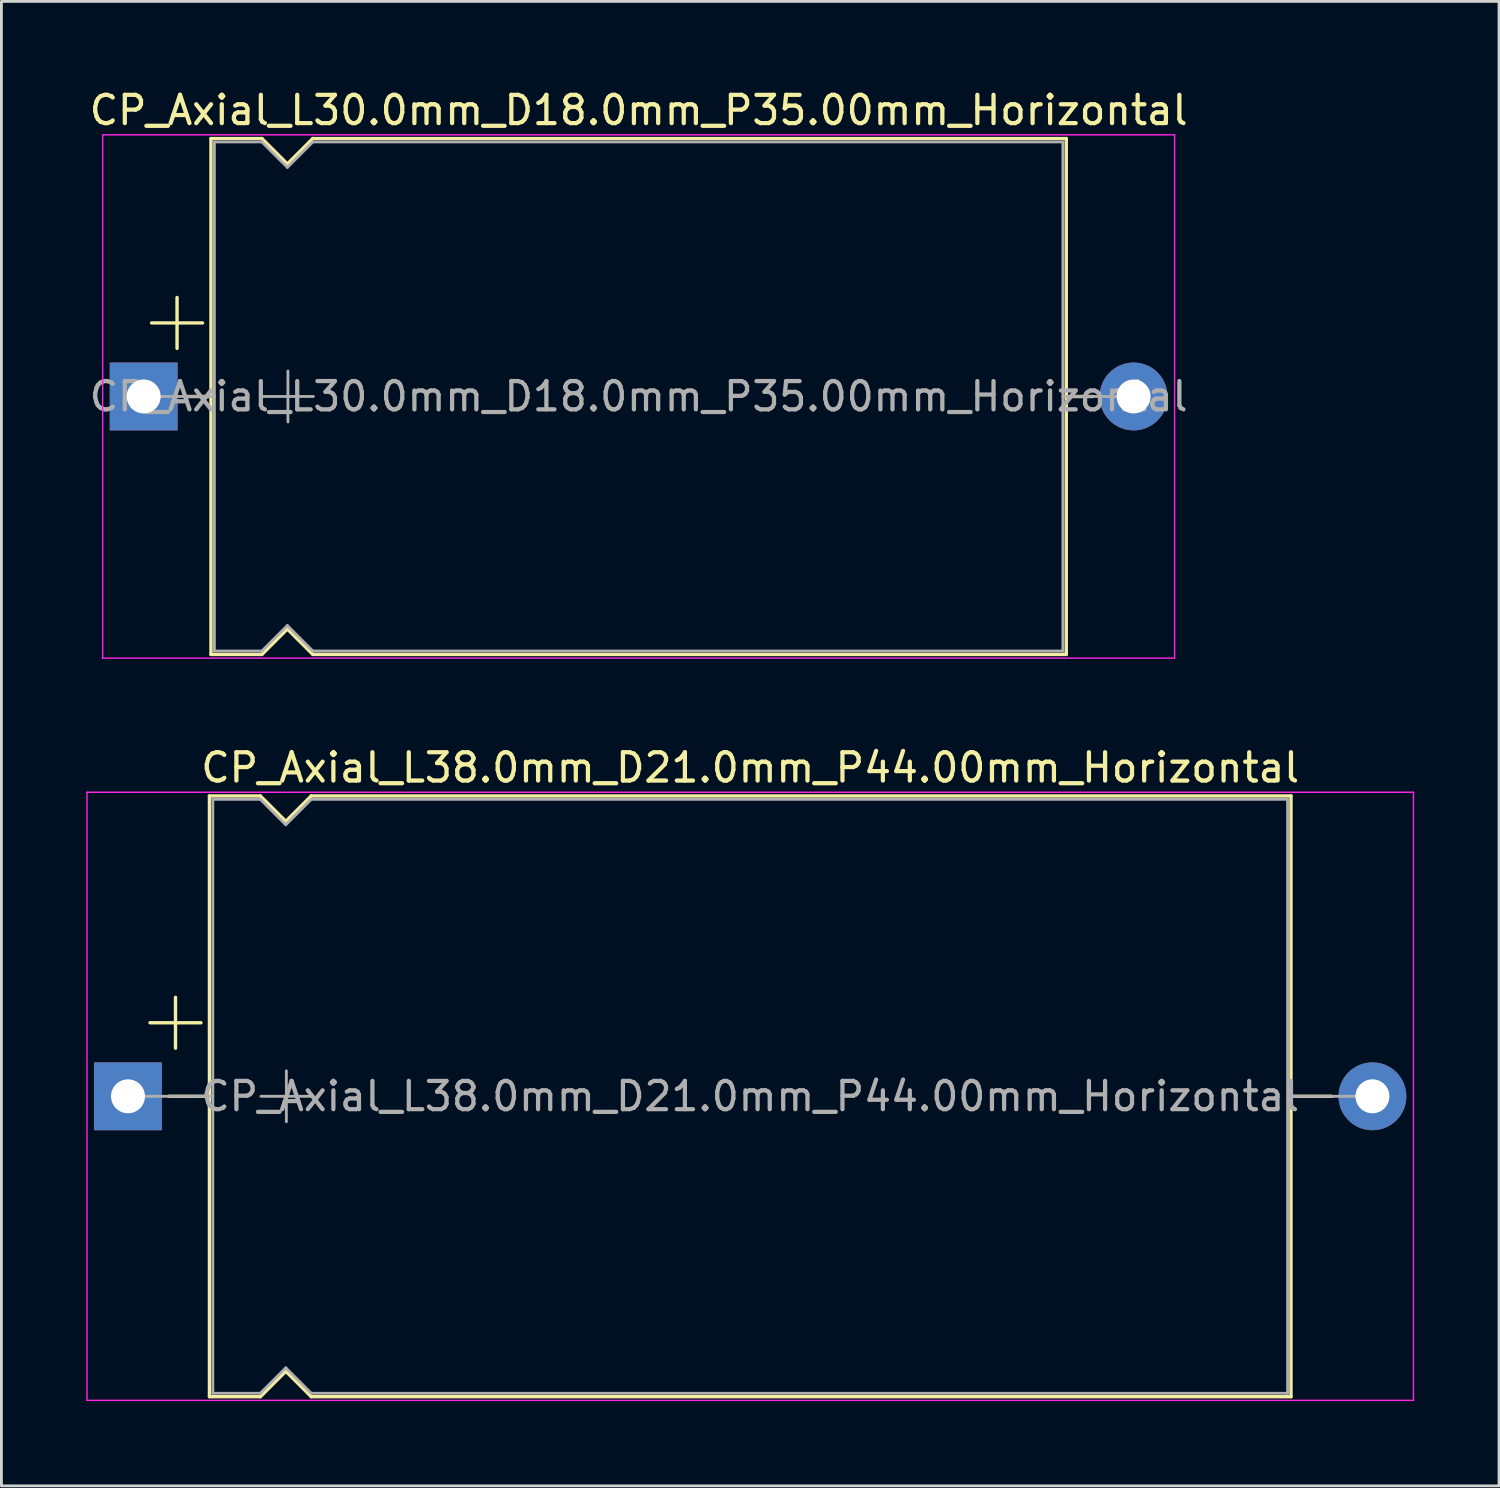
<source format=kicad_pcb>
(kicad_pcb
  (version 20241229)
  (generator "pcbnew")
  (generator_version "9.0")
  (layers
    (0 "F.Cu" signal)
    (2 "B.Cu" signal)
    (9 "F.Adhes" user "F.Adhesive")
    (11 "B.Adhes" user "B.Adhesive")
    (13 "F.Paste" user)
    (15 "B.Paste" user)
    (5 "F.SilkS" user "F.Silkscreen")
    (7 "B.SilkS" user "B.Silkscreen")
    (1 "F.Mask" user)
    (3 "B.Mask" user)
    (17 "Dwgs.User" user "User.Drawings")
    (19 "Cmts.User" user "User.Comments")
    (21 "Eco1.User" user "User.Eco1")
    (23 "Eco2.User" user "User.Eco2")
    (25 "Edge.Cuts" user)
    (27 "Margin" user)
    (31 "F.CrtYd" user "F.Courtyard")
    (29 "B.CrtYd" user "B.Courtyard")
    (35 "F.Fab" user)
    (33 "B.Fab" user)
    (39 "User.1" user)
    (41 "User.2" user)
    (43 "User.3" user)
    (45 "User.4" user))
  (footprint "CP_Axial_L38.0mm_D21.0mm_P44.00mm_Horizontal"
    (layer "F.Cu")
    (at 1.475 35.712)
    (property "Reference" "CP_Axial_L38.0mm_D21.0mm_P44.00mm_Horizontal" (at 22 -11.62 0) (layer "F.SilkS") (effects (font (size 1 1) (thickness 0.15))))
    (attr through_hole)
    (fp_line (start 0.78 -2.6) (end 2.58 -2.6) (stroke (width 0.12) (type solid)) (layer "F.SilkS"))
    (fp_line (start 1.44 0) (end 2.88 0) (stroke (width 0.12) (type solid)) (layer "F.SilkS"))
    (fp_line (start 1.68 -3.5) (end 1.68 -1.7) (stroke (width 0.12) (type solid)) (layer "F.SilkS"))
    (fp_line (start 2.88 -10.62) (end 2.88 10.62) (stroke (width 0.12) (type solid)) (layer "F.SilkS"))
    (fp_line (start 2.88 -10.62) (end 4.68 -10.62) (stroke (width 0.12) (type solid)) (layer "F.SilkS"))
    (fp_line (start 2.88 10.62) (end 4.68 10.62) (stroke (width 0.12) (type solid)) (layer "F.SilkS"))
    (fp_line (start 4.68 -10.62) (end 5.58 -9.72) (stroke (width 0.12) (type solid)) (layer "F.SilkS"))
    (fp_line (start 4.68 10.62) (end 5.58 9.72) (stroke (width 0.12) (type solid)) (layer "F.SilkS"))
    (fp_line (start 5.58 -9.72) (end 6.48 -10.62) (stroke (width 0.12) (type solid)) (layer "F.SilkS"))
    (fp_line (start 5.58 9.72) (end 6.48 10.62) (stroke (width 0.12) (type solid)) (layer "F.SilkS"))
    (fp_line (start 6.48 -10.62) (end 41.12 -10.62) (stroke (width 0.12) (type solid)) (layer "F.SilkS"))
    (fp_line (start 6.48 10.62) (end 41.12 10.62) (stroke (width 0.12) (type solid)) (layer "F.SilkS"))
    (fp_line (start 41.12 -10.62) (end 41.12 10.62) (stroke (width 0.12) (type solid)) (layer "F.SilkS"))
    (fp_line (start 42.56 0) (end 41.12 0) (stroke (width 0.12) (type solid)) (layer "F.SilkS"))
    (fp_line (start -1.45 -10.75) (end -1.45 10.75) (stroke (width 0.05) (type solid)) (layer "F.CrtYd"))
    (fp_line (start -1.45 10.75) (end 45.45 10.75) (stroke (width 0.05) (type solid)) (layer "F.CrtYd"))
    (fp_line (start 45.45 -10.75) (end -1.45 -10.75) (stroke (width 0.05) (type solid)) (layer "F.CrtYd"))
    (fp_line (start 45.45 10.75) (end 45.45 -10.75) (stroke (width 0.05) (type solid)) (layer "F.CrtYd"))
    (fp_line (start 0 0) (end 3 0) (stroke (width 0.1) (type solid)) (layer "F.Fab"))
    (fp_line (start 3 -10.5) (end 3 10.5) (stroke (width 0.1) (type solid)) (layer "F.Fab"))
    (fp_line (start 3 -10.5) (end 4.68 -10.5) (stroke (width 0.1) (type solid)) (layer "F.Fab"))
    (fp_line (start 3 10.5) (end 4.68 10.5) (stroke (width 0.1) (type solid)) (layer "F.Fab"))
    (fp_line (start 4.68 -10.5) (end 5.58 -9.6) (stroke (width 0.1) (type solid)) (layer "F.Fab"))
    (fp_line (start 4.68 10.5) (end 5.58 9.6) (stroke (width 0.1) (type solid)) (layer "F.Fab"))
    (fp_line (start 4.7 0) (end 6.5 0) (stroke (width 0.1) (type solid)) (layer "F.Fab"))
    (fp_line (start 5.58 -9.6) (end 6.48 -10.5) (stroke (width 0.1) (type solid)) (layer "F.Fab"))
    (fp_line (start 5.58 9.6) (end 6.48 10.5) (stroke (width 0.1) (type solid)) (layer "F.Fab"))
    (fp_line (start 5.6 -0.9) (end 5.6 0.9) (stroke (width 0.1) (type solid)) (layer "F.Fab"))
    (fp_line (start 6.48 -10.5) (end 41 -10.5) (stroke (width 0.1) (type solid)) (layer "F.Fab"))
    (fp_line (start 6.48 10.5) (end 41 10.5) (stroke (width 0.1) (type solid)) (layer "F.Fab"))
    (fp_line (start 41 -10.5) (end 41 10.5) (stroke (width 0.1) (type solid)) (layer "F.Fab"))
    (fp_line (start 44 0) (end 41 0) (stroke (width 0.1) (type solid)) (layer "F.Fab"))
    (fp_text user "${REFERENCE}" (at 22 0 0) (layer "F.Fab") (effects (font (size 1 1) (thickness 0.15))))
    (pad "1" thru_hole rect (at 0 0) (size 2.4 2.4) (drill 1.2) (layers "*.Cu" "*.Mask"))
    (pad "2" thru_hole oval (at 44 0) (size 2.4 2.4) (drill 1.2) (layers "*.Cu" "*.Mask")))
  (footprint "CP_Axial_L30.0mm_D18.0mm_P35.00mm_Horizontal"
    (layer "F.Cu")
    (at 2.03 10.968)
    (property "Reference" "CP_Axial_L30.0mm_D18.0mm_P35.00mm_Horizontal" (at 17.5 -10.12 0) (layer "F.SilkS") (effects (font (size 1 1) (thickness 0.15))))
    (attr through_hole)
    (fp_line (start 0.28 -2.6) (end 2.08 -2.6) (stroke (width 0.12) (type solid)) (layer "F.SilkS"))
    (fp_line (start 1.18 -3.5) (end 1.18 -1.7) (stroke (width 0.12) (type solid)) (layer "F.SilkS"))
    (fp_line (start 1.44 0) (end 2.38 0) (stroke (width 0.12) (type solid)) (layer "F.SilkS"))
    (fp_line (start 2.38 -9.12) (end 2.38 9.12) (stroke (width 0.12) (type solid)) (layer "F.SilkS"))
    (fp_line (start 2.38 -9.12) (end 4.18 -9.12) (stroke (width 0.12) (type solid)) (layer "F.SilkS"))
    (fp_line (start 2.38 9.12) (end 4.18 9.12) (stroke (width 0.12) (type solid)) (layer "F.SilkS"))
    (fp_line (start 4.18 -9.12) (end 5.08 -8.22) (stroke (width 0.12) (type solid)) (layer "F.SilkS"))
    (fp_line (start 4.18 9.12) (end 5.08 8.22) (stroke (width 0.12) (type solid)) (layer "F.SilkS"))
    (fp_line (start 5.08 -8.22) (end 5.98 -9.12) (stroke (width 0.12) (type solid)) (layer "F.SilkS"))
    (fp_line (start 5.08 8.22) (end 5.98 9.12) (stroke (width 0.12) (type solid)) (layer "F.SilkS"))
    (fp_line (start 5.98 -9.12) (end 32.62 -9.12) (stroke (width 0.12) (type solid)) (layer "F.SilkS"))
    (fp_line (start 5.98 9.12) (end 32.62 9.12) (stroke (width 0.12) (type solid)) (layer "F.SilkS"))
    (fp_line (start 32.62 -9.12) (end 32.62 9.12) (stroke (width 0.12) (type solid)) (layer "F.SilkS"))
    (fp_line (start 33.56 0) (end 32.62 0) (stroke (width 0.12) (type solid)) (layer "F.SilkS"))
    (fp_line (start -1.45 -9.25) (end -1.45 9.25) (stroke (width 0.05) (type solid)) (layer "F.CrtYd"))
    (fp_line (start -1.45 9.25) (end 36.45 9.25) (stroke (width 0.05) (type solid)) (layer "F.CrtYd"))
    (fp_line (start 36.45 -9.25) (end -1.45 -9.25) (stroke (width 0.05) (type solid)) (layer "F.CrtYd"))
    (fp_line (start 36.45 9.25) (end 36.45 -9.25) (stroke (width 0.05) (type solid)) (layer "F.CrtYd"))
    (fp_line (start 0 0) (end 2.5 0) (stroke (width 0.1) (type solid)) (layer "F.Fab"))
    (fp_line (start 2.5 -9) (end 2.5 9) (stroke (width 0.1) (type solid)) (layer "F.Fab"))
    (fp_line (start 2.5 -9) (end 4.18 -9) (stroke (width 0.1) (type solid)) (layer "F.Fab"))
    (fp_line (start 2.5 9) (end 4.18 9) (stroke (width 0.1) (type solid)) (layer "F.Fab"))
    (fp_line (start 4.18 -9) (end 5.08 -8.1) (stroke (width 0.1) (type solid)) (layer "F.Fab"))
    (fp_line (start 4.18 9) (end 5.08 8.1) (stroke (width 0.1) (type solid)) (layer "F.Fab"))
    (fp_line (start 4.2 0) (end 6 0) (stroke (width 0.1) (type solid)) (layer "F.Fab"))
    (fp_line (start 5.08 -8.1) (end 5.98 -9) (stroke (width 0.1) (type solid)) (layer "F.Fab"))
    (fp_line (start 5.08 8.1) (end 5.98 9) (stroke (width 0.1) (type solid)) (layer "F.Fab"))
    (fp_line (start 5.1 -0.9) (end 5.1 0.9) (stroke (width 0.1) (type solid)) (layer "F.Fab"))
    (fp_line (start 5.98 -9) (end 32.5 -9) (stroke (width 0.1) (type solid)) (layer "F.Fab"))
    (fp_line (start 5.98 9) (end 32.5 9) (stroke (width 0.1) (type solid)) (layer "F.Fab"))
    (fp_line (start 32.5 -9) (end 32.5 9) (stroke (width 0.1) (type solid)) (layer "F.Fab"))
    (fp_line (start 35 0) (end 32.5 0) (stroke (width 0.1) (type solid)) (layer "F.Fab"))
    (fp_text user "${REFERENCE}" (at 17.5 0 0) (layer "F.Fab") (effects (font (size 1 1) (thickness 0.15))))
    (pad "1" thru_hole rect (at 0 0) (size 2.4 2.4) (drill 1.2) (layers "*.Cu" "*.Mask"))
    (pad "2" thru_hole oval (at 35 0) (size 2.4 2.4) (drill 1.2) (layers "*.Cu" "*.Mask")))
  (gr_rect
    (start -3 -3)
    (end 49.95 49.486)
    (stroke (width 0.1) (type default))
    (fill no)
    (layer "Edge.Cuts")))
</source>
